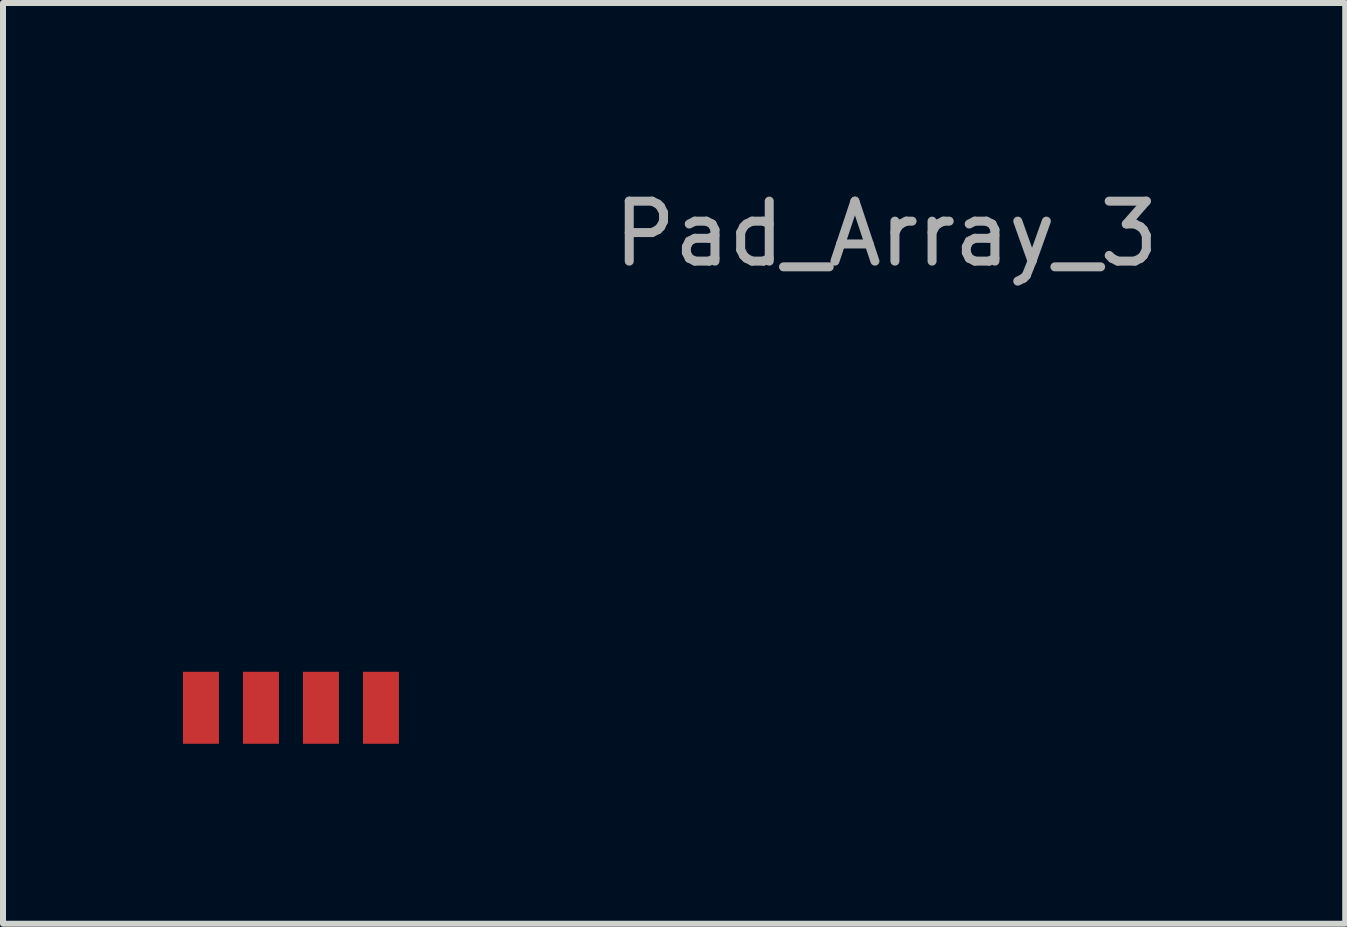
<source format=kicad_pcb>
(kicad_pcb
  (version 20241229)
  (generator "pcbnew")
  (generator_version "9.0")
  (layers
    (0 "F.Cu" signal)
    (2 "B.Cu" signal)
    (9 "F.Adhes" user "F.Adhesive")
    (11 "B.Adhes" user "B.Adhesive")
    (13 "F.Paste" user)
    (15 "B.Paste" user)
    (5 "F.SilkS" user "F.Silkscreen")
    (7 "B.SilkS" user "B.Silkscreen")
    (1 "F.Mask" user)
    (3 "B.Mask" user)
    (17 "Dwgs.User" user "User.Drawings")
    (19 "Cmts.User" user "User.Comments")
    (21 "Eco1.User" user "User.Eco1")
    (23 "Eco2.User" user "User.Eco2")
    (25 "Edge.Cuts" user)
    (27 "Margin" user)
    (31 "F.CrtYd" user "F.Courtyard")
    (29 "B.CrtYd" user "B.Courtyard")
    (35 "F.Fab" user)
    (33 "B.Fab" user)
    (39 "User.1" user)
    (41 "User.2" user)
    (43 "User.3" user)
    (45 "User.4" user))
  (footprint "Pad_Array_3"
    (layer "F.Cu")
    (at 1.8 8.748)
    (property "Reference" "Pad_Array_3" (at 9.925 -7.9 0) (layer "F.Fab") (effects (font (size 1 1) (thickness 0.15))))
    (attr through_hole)
    (pad "1" smd rect (at -1.5 0 90) (size 1.2 0.6) (layers "F.Cu" "F.Mask" "F.Paste"))
    (pad "2" smd rect (at -0.5 0 90) (size 1.2 0.6) (layers "F.Cu" "F.Mask" "F.Paste"))
    (pad "3" smd rect (at 0.5 0 90) (size 1.2 0.6) (layers "F.Cu" "F.Mask" "F.Paste"))
    (pad "4" smd rect (at 1.5 0 90) (size 1.2 0.6) (layers "F.Cu" "F.Mask" "F.Paste")))
  (gr_rect
    (start -3 -3)
    (end 19.374 12.348)
    (stroke (width 0.1) (type default))
    (fill no)
    (layer "Edge.Cuts")))
</source>
